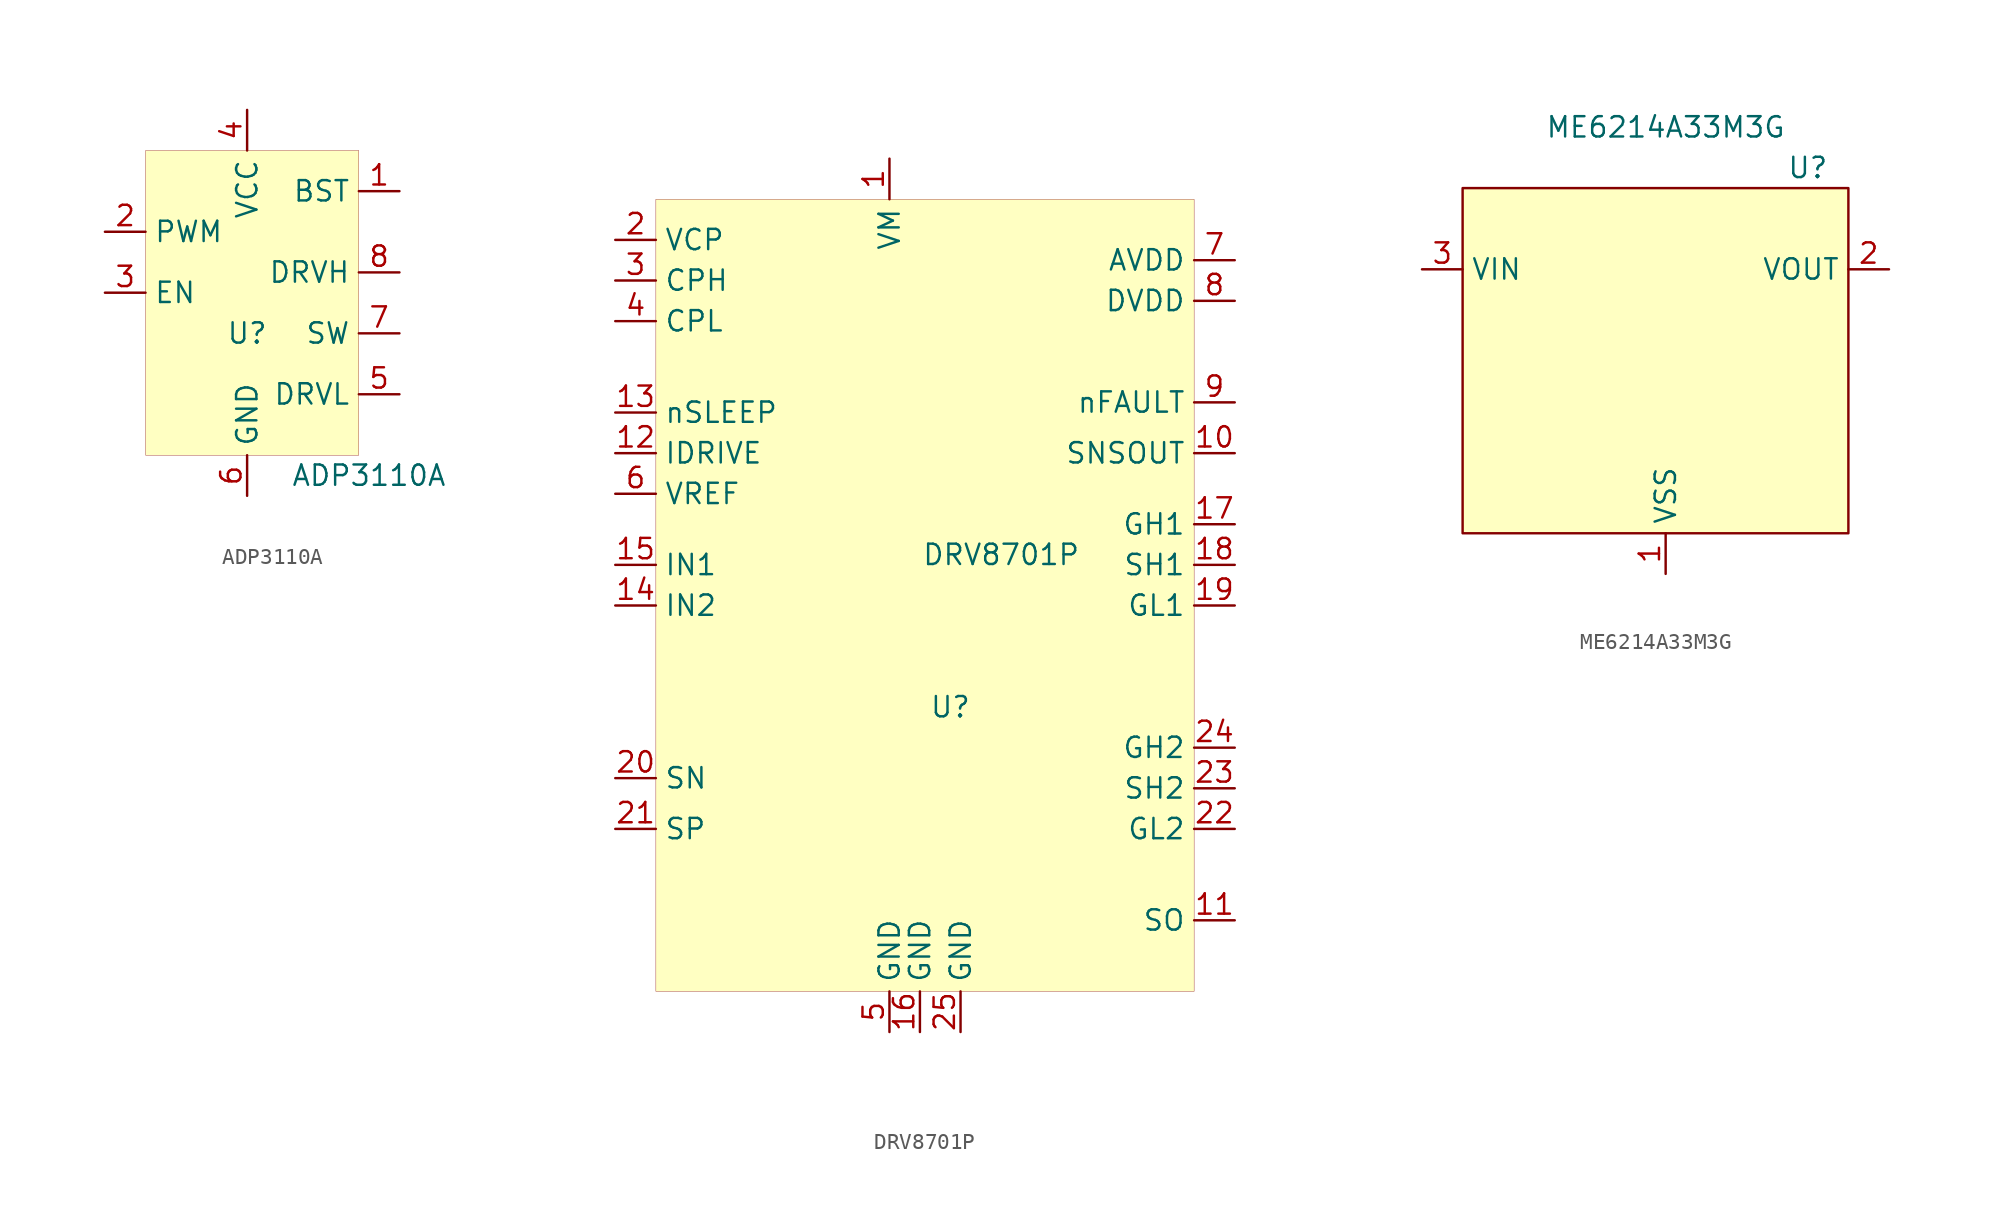
<source format=kicad_sym>
(kicad_symbol_lib
  (version 20210619)
  (generator kicad_symbol_editor)
  (symbol "beetleback:ADP3110A"
    (property "Reference" "U"
      (at 0 0 0)
      (effects (font (size 1.27 1.27))))
    (property "Value" "ADP3110A"
      (at 7.62 -8.89 0)
      (effects (font (size 1.27 1.27))))
    (symbol "ADP3110A_0_1"
      (rectangle (start -6.35 11.43) (end 6.985 -7.62) (stroke (width 0.001)) (fill (type background))))
    (symbol "ADP3110A_1_1"
      (pin power_out line (at 9.525 8.89 180) (length 2.54) (name "BST" (effects (font (size 1.27 1.27)))) (number "1" (effects (font (size 1.27 1.27)))))
      (pin input line (at -8.89 6.35 0) (length 2.54) (name "PWM" (effects (font (size 1.27 1.27)))) (number "2" (effects (font (size 1.27 1.27)))))
      (pin input line (at -8.89 2.54 0) (length 2.54) (name "EN" (effects (font (size 1.27 1.27)))) (number "3" (effects (font (size 1.27 1.27)))))
      (pin power_in line (at 0 13.97 270) (length 2.54) (name "VCC" (effects (font (size 1.27 1.27)))) (number "4" (effects (font (size 1.27 1.27)))))
      (pin output line (at 9.525 -3.81 180) (length 2.54) (name "DRVL" (effects (font (size 1.27 1.27)))) (number "5" (effects (font (size 1.27 1.27)))))
      (pin power_in line (at 0 -10.16 90) (length 2.54) (name "GND" (effects (font (size 1.27 1.27)))) (number "6" (effects (font (size 1.27 1.27)))))
      (pin passive line (at 9.525 0 180) (length 2.54) (name "SW" (effects (font (size 1.27 1.27)))) (number "7" (effects (font (size 1.27 1.27)))))
      (pin output line (at 9.525 3.81 180) (length 2.54) (name "DRVH" (effects (font (size 1.27 1.27)))) (number "8" (effects (font (size 1.27 1.27)))))))
  (symbol "beetleback:DRV8701P"
    (property "Reference" "U"
      (at 0 0 0)
      (effects (font (size 1.27 1.27))))
    (property "Value" "DRV8701P"
      (at 3.175 9.525 0)
      (effects (font (size 1.27 1.27))))
    (symbol "DRV8701P_0_1"
      (rectangle (start -18.415 31.75) (end 15.24 -17.78) (stroke (width 0.001)) (fill (type background))))
    (symbol "DRV8701P_1_1"
      (pin power_in line (at -3.81 34.29 270) (length 2.54) (name "VM" (effects (font (size 1.27 1.27)))) (number "1" (effects (font (size 1.27 1.27)))))
      (pin open_collector line (at 17.78 15.875 180) (length 2.54) (name "SNSOUT" (effects (font (size 1.27 1.27)))) (number "10" (effects (font (size 1.27 1.27)))))
      (pin output line (at 17.78 -13.335 180) (length 2.54) (name "SO" (effects (font (size 1.27 1.27)))) (number "11" (effects (font (size 1.27 1.27)))))
      (pin input line (at -20.955 15.875 0) (length 2.54) (name "IDRIVE" (effects (font (size 1.27 1.27)))) (number "12" (effects (font (size 1.27 1.27)))))
      (pin input line (at -20.955 18.415 0) (length 2.54) (name "nSLEEP" (effects (font (size 1.27 1.27)))) (number "13" (effects (font (size 1.27 1.27)))))
      (pin input line (at -20.955 6.35 0) (length 2.54) (name "IN2" (effects (font (size 1.27 1.27)))) (number "14" (effects (font (size 1.27 1.27)))))
      (pin input line (at -20.955 8.89 0) (length 2.54) (name "IN1" (effects (font (size 1.27 1.27)))) (number "15" (effects (font (size 1.27 1.27)))))
      (pin power_in line (at -1.905 -20.32 90) (length 2.54) (name "GND" (effects (font (size 1.27 1.27)))) (number "16" (effects (font (size 1.27 1.27)))))
      (pin output line (at 17.78 11.43 180) (length 2.54) (name "GH1" (effects (font (size 1.27 1.27)))) (number "17" (effects (font (size 1.27 1.27)))))
      (pin input line (at 17.78 8.89 180) (length 2.54) (name "SH1" (effects (font (size 1.27 1.27)))) (number "18" (effects (font (size 1.27 1.27)))))
      (pin output line (at 17.78 6.35 180) (length 2.54) (name "GL1" (effects (font (size 1.27 1.27)))) (number "19" (effects (font (size 1.27 1.27)))))
      (pin passive line (at -20.955 29.21 0) (length 2.54) (name "VCP" (effects (font (size 1.27 1.27)))) (number "2" (effects (font (size 1.27 1.27)))))
      (pin input line (at -20.955 -4.445 0) (length 2.54) (name "SN" (effects (font (size 1.27 1.27)))) (number "20" (effects (font (size 1.27 1.27)))))
      (pin input line (at -20.955 -7.62 0) (length 2.54) (name "SP" (effects (font (size 1.27 1.27)))) (number "21" (effects (font (size 1.27 1.27)))))
      (pin output line (at 17.78 -7.62 180) (length 2.54) (name "GL2" (effects (font (size 1.27 1.27)))) (number "22" (effects (font (size 1.27 1.27)))))
      (pin input line (at 17.78 -5.08 180) (length 2.54) (name "SH2" (effects (font (size 1.27 1.27)))) (number "23" (effects (font (size 1.27 1.27)))))
      (pin output line (at 17.78 -2.54 180) (length 2.54) (name "GH2" (effects (font (size 1.27 1.27)))) (number "24" (effects (font (size 1.27 1.27)))))
      (pin power_in line (at 0.635 -20.32 90) (length 2.54) (name "GND" (effects (font (size 1.27 1.27)))) (number "25" (effects (font (size 1.27 1.27)))))
      (pin passive line (at -20.955 26.67 0) (length 2.54) (name "CPH" (effects (font (size 1.27 1.27)))) (number "3" (effects (font (size 1.27 1.27)))))
      (pin passive line (at -20.955 24.13 0) (length 2.54) (name "CPL" (effects (font (size 1.27 1.27)))) (number "4" (effects (font (size 1.27 1.27)))))
      (pin power_in line (at -3.81 -20.32 90) (length 2.54) (name "GND" (effects (font (size 1.27 1.27)))) (number "5" (effects (font (size 1.27 1.27)))))
      (pin input line (at -20.955 13.335 0) (length 2.54) (name "VREF" (effects (font (size 1.27 1.27)))) (number "6" (effects (font (size 1.27 1.27)))))
      (pin power_out line (at 17.78 27.94 180) (length 2.54) (name "AVDD" (effects (font (size 1.27 1.27)))) (number "7" (effects (font (size 1.27 1.27)))))
      (pin power_out line (at 17.78 25.4 180) (length 2.54) (name "DVDD" (effects (font (size 1.27 1.27)))) (number "8" (effects (font (size 1.27 1.27)))))
      (pin output line (at 17.78 19.05 180) (length 2.54) (name "nFAULT" (effects (font (size 1.27 1.27)))) (number "9" (effects (font (size 1.27 1.27)))))))
  (symbol "beetleback:ME6214A33M3G"
    (property "Reference" "U"
      (at 8.89 11.43 0)
      (effects (font (size 1.27 1.27))))
    (property "Value" "ME6214A33M3G"
      (at 0 13.97 0)
      (effects (font (size 1.27 1.27))))
    (symbol "ME6214A33M3G_0_1"
      (rectangle (start -12.7 10.16) (end 11.43 -11.43) (stroke (width 0.152)) (fill (type background))))
    (symbol "ME6214A33M3G_1_1"
      (pin power_in line (at 0 -13.97 90) (length 2.54) (name "VSS" (effects (font (size 1.27 1.27)))) (number "1" (effects (font (size 1.27 1.27)))))
      (pin power_out line (at 13.97 5.08 180) (length 2.54) (name "VOUT" (effects (font (size 1.27 1.27)))) (number "2" (effects (font (size 1.27 1.27)))))
      (pin power_in line (at -15.24 5.08 0) (length 2.54) (name "VIN" (effects (font (size 1.27 1.27)))) (number "3" (effects (font (size 1.27 1.27))))))))
</source>
